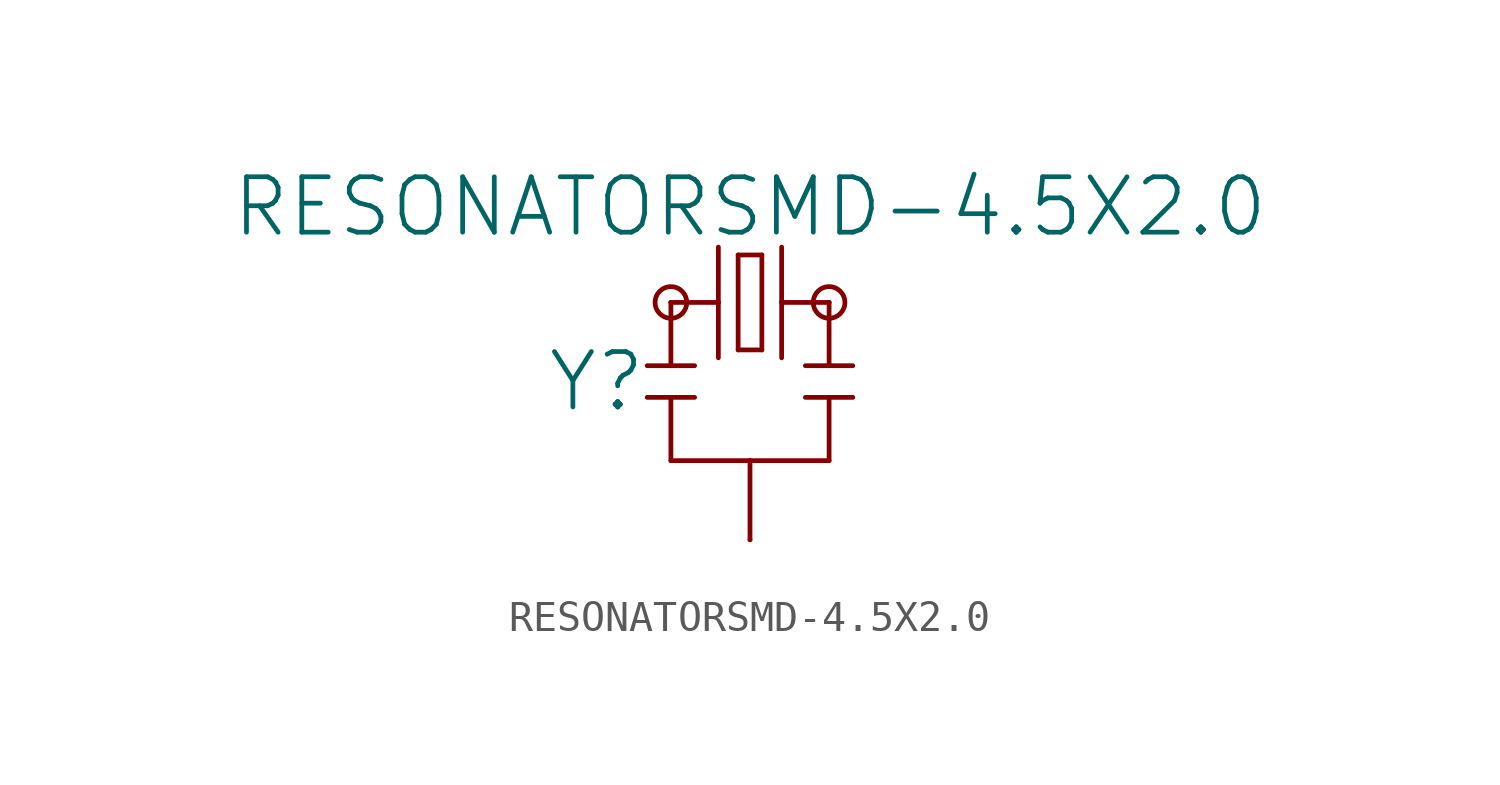
<source format=kicad_sym>
(kicad_symbol_lib
  (version 20211014)
  (generator kicad_symbol_editor)
  (symbol "RESONATORSMD-4.5X2.0"
    (property "Reference" "Y"
      (at -3.302 -2.54 0)
      (effects (font (size 1.778 1.778)) (justify right)))
    (property "Value" "RESONATORSMD-4.5X2.0"
      (at 0 2.032 0)
      (effects (font (size 1.778 1.778)) (justify bottom)))
    (property "ki_locked" ""
      (at 0 0 0)
      (effects (font (size 1.27 1.27))))
    (symbol "RESONATORSMD-4.5X2.0_1_0"
      (circle (center -2.54 0) (radius 0.508) (stroke (width 0) (type default) (color 0 0 0 0)) (fill (type none)))
      (polyline (pts (xy -2.54 -3.048) (xy -3.302 -3.048)) (stroke (width 0.152) (type default) (color 0 0 0 0)) (fill (type none)))
      (polyline (pts (xy -2.54 -3.048) (xy -2.54 -5.08)) (stroke (width 0.152) (type default) (color 0 0 0 0)) (fill (type none)))
      (polyline (pts (xy -2.54 -2.032) (xy -3.302 -2.032)) (stroke (width 0.152) (type default) (color 0 0 0 0)) (fill (type none)))
      (polyline (pts (xy -2.54 -2.032) (xy -2.54 0)) (stroke (width 0.152) (type default) (color 0 0 0 0)) (fill (type none)))
      (polyline (pts (xy -2.54 0) (xy -1.016 0)) (stroke (width 0.152) (type default) (color 0 0 0 0)) (fill (type none)))
      (polyline (pts (xy -1.778 -3.048) (xy -2.54 -3.048)) (stroke (width 0.152) (type default) (color 0 0 0 0)) (fill (type none)))
      (polyline (pts (xy -1.778 -2.032) (xy -2.54 -2.032)) (stroke (width 0.152) (type default) (color 0 0 0 0)) (fill (type none)))
      (polyline (pts (xy -1.016 0) (xy -1.016 -1.778)) (stroke (width 0.152) (type default) (color 0 0 0 0)) (fill (type none)))
      (polyline (pts (xy -1.016 1.778) (xy -1.016 0)) (stroke (width 0.152) (type default) (color 0 0 0 0)) (fill (type none)))
      (polyline (pts (xy -0.381 -1.524) (xy 0.381 -1.524)) (stroke (width 0.152) (type default) (color 0 0 0 0)) (fill (type none)))
      (polyline (pts (xy -0.381 1.524) (xy -0.381 -1.524)) (stroke (width 0.152) (type default) (color 0 0 0 0)) (fill (type none)))
      (polyline (pts (xy 0 -5.08) (xy -2.54 -5.08)) (stroke (width 0.152) (type default) (color 0 0 0 0)) (fill (type none)))
      (polyline (pts (xy 0 -5.08) (xy 0 -7.62)) (stroke (width 0.152) (type default) (color 0 0 0 0)) (fill (type none)))
      (polyline (pts (xy 0.381 -1.524) (xy 0.381 1.524)) (stroke (width 0.152) (type default) (color 0 0 0 0)) (fill (type none)))
      (polyline (pts (xy 0.381 1.524) (xy -0.381 1.524)) (stroke (width 0.152) (type default) (color 0 0 0 0)) (fill (type none)))
      (polyline (pts (xy 1.016 0) (xy 1.016 -1.778)) (stroke (width 0.152) (type default) (color 0 0 0 0)) (fill (type none)))
      (polyline (pts (xy 1.016 0) (xy 2.54 0)) (stroke (width 0.152) (type default) (color 0 0 0 0)) (fill (type none)))
      (polyline (pts (xy 1.016 1.778) (xy 1.016 0)) (stroke (width 0.152) (type default) (color 0 0 0 0)) (fill (type none)))
      (polyline (pts (xy 2.54 -5.08) (xy 0 -5.08)) (stroke (width 0.152) (type default) (color 0 0 0 0)) (fill (type none)))
      (polyline (pts (xy 2.54 -3.048) (xy 1.778 -3.048)) (stroke (width 0.152) (type default) (color 0 0 0 0)) (fill (type none)))
      (polyline (pts (xy 2.54 -3.048) (xy 2.54 -5.08)) (stroke (width 0.152) (type default) (color 0 0 0 0)) (fill (type none)))
      (polyline (pts (xy 2.54 -2.032) (xy 1.778 -2.032)) (stroke (width 0.152) (type default) (color 0 0 0 0)) (fill (type none)))
      (polyline (pts (xy 2.54 0) (xy 2.54 -2.032)) (stroke (width 0.152) (type default) (color 0 0 0 0)) (fill (type none)))
      (polyline (pts (xy 3.302 -3.048) (xy 2.54 -3.048)) (stroke (width 0.152) (type default) (color 0 0 0 0)) (fill (type none)))
      (polyline (pts (xy 3.302 -2.032) (xy 2.54 -2.032)) (stroke (width 0.152) (type default) (color 0 0 0 0)) (fill (type none)))
      (circle (center 2.54 0) (radius 0.508) (stroke (width 0) (type default) (color 0 0 0 0)) (fill (type none)))
      (pin passive line (at -2.54 0 0) (length 0) (name "1" (effects (font (size 0 0)))) (number "1" (effects (font (size 0 0)))))
      (pin passive line (at 0 -7.62 90) (length 0) (name "2" (effects (font (size 0 0)))) (number "2" (effects (font (size 0 0)))))
      (pin passive line (at 2.54 0 180) (length 0) (name "3" (effects (font (size 0 0)))) (number "3" (effects (font (size 0 0))))))))
</source>
